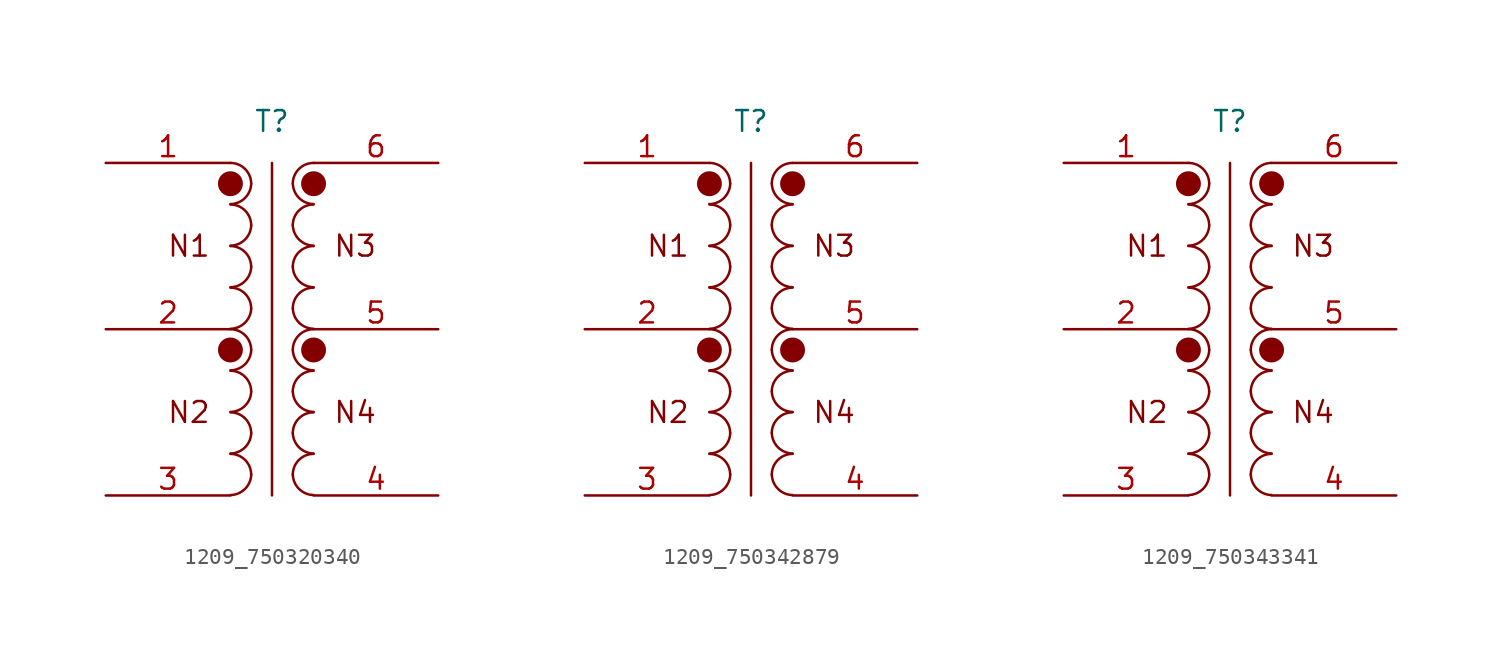
<source format=kicad_sym>
(kicad_symbol_lib
  (version 20220914)
  (generator kicad_symbol_editor)
  (symbol "1209_750320340"
    (pin_names hide)
    (property "Reference" "T"
      (at 0 12.7 0)
      (effects (font (size 1.27 1.27))))
    (property "Critical Parameter" ""
      (at 0 -5.08 0)
      (effects (font (size 1.27 1.27)) (justify left)))
    (symbol "1209_750320340_0_1"
      (arc (start -2.54 -10.1346) (mid -1.6561 -9.7663) (end -1.27 -8.89) (stroke (width 0) (type default)) (fill (type none)))
      (arc (start -2.54 -7.5946) (mid -1.6561 -7.2263) (end -1.27 -6.35) (stroke (width 0) (type default)) (fill (type none)))
      (arc (start -2.54 -5.0546) (mid -1.6561 -4.6863) (end -1.27 -3.81) (stroke (width 0) (type default)) (fill (type none)))
      (arc (start -2.54 -2.5146) (mid -1.6561 -2.1463) (end -1.27 -1.27) (stroke (width 0) (type default)) (fill (type none)))
      (arc (start -2.54 0.0254) (mid -1.6561 0.3937) (end -1.27 1.27) (stroke (width 0) (type default)) (fill (type none)))
      (arc (start -2.54 2.5654) (mid -1.6561 2.9337) (end -1.27 3.81) (stroke (width 0) (type default)) (fill (type none)))
      (arc (start -2.54 5.1054) (mid -1.6561 5.4737) (end -1.27 6.35) (stroke (width 0) (type default)) (fill (type none)))
      (arc (start -2.54 7.6454) (mid -1.6561 8.0137) (end -1.27 8.89) (stroke (width 0) (type default)) (fill (type none)))
      (arc (start -1.27 -8.89) (mid -1.642 -7.992) (end -2.54 -7.62) (stroke (width 0) (type default)) (fill (type none)))
      (arc (start -1.27 -6.35) (mid -1.642 -5.452) (end -2.54 -5.08) (stroke (width 0) (type default)) (fill (type none)))
      (arc (start -1.27 -3.81) (mid -1.642 -2.912) (end -2.54 -2.54) (stroke (width 0) (type default)) (fill (type none)))
      (arc (start -1.27 -1.27) (mid -1.642 -0.372) (end -2.54 0) (stroke (width 0) (type default)) (fill (type none)))
      (arc (start -1.27 1.27) (mid -1.642 2.168) (end -2.54 2.54) (stroke (width 0) (type default)) (fill (type none)))
      (arc (start -1.27 3.81) (mid -1.642 4.708) (end -2.54 5.08) (stroke (width 0) (type default)) (fill (type none)))
      (arc (start -1.27 6.35) (mid -1.642 7.248) (end -2.54 7.62) (stroke (width 0) (type default)) (fill (type none)))
      (arc (start -1.27 8.89) (mid -1.642 9.788) (end -2.54 10.16) (stroke (width 0) (type default)) (fill (type none)))
      (polyline (pts (xy 0 -10.16) (xy 0 10.16)) (stroke (width 0) (type default)) (fill (type none)))
      (arc (start 1.27 -8.89) (mid 1.6561 -9.7663) (end 2.54 -10.1346) (stroke (width 0) (type default)) (fill (type none)))
      (arc (start 1.27 -6.35) (mid 1.6561 -7.2263) (end 2.54 -7.5946) (stroke (width 0) (type default)) (fill (type none)))
      (arc (start 1.27 -3.81) (mid 1.6561 -4.6863) (end 2.54 -5.0546) (stroke (width 0) (type default)) (fill (type none)))
      (arc (start 1.27 -1.27) (mid 1.6561 -2.1463) (end 2.54 -2.5146) (stroke (width 0) (type default)) (fill (type none)))
      (arc (start 1.27 1.27) (mid 1.6561 0.3937) (end 2.54 0.0254) (stroke (width 0) (type default)) (fill (type none)))
      (arc (start 1.27 3.81) (mid 1.6561 2.9337) (end 2.54 2.5654) (stroke (width 0) (type default)) (fill (type none)))
      (arc (start 1.27 6.35) (mid 1.6561 5.4737) (end 2.54 5.1054) (stroke (width 0) (type default)) (fill (type none)))
      (arc (start 1.27 8.89) (mid 1.6561 8.0137) (end 2.54 7.6454) (stroke (width 0) (type default)) (fill (type none)))
      (arc (start 2.54 -7.62) (mid 1.642 -7.992) (end 1.27 -8.89) (stroke (width 0) (type default)) (fill (type none)))
      (arc (start 2.54 -5.08) (mid 1.642 -5.452) (end 1.27 -6.35) (stroke (width 0) (type default)) (fill (type none)))
      (arc (start 2.54 -2.54) (mid 1.642 -2.912) (end 1.27 -3.81) (stroke (width 0) (type default)) (fill (type none)))
      (arc (start 2.54 0) (mid 1.642 -0.372) (end 1.27 -1.27) (stroke (width 0) (type default)) (fill (type none)))
      (arc (start 2.54 2.54) (mid 1.642 2.168) (end 1.27 1.27) (stroke (width 0) (type default)) (fill (type none)))
      (arc (start 2.54 5.08) (mid 1.642 4.708) (end 1.27 3.81) (stroke (width 0) (type default)) (fill (type none)))
      (arc (start 2.54 7.62) (mid 1.642 7.248) (end 1.27 6.35) (stroke (width 0) (type default)) (fill (type none)))
      (arc (start 2.54 10.16) (mid 1.642 9.788) (end 1.27 8.89) (stroke (width 0) (type default)) (fill (type none))))
    (symbol "1209_750320340_1_1"
      (circle (center -2.54 -1.27) (radius 0.0001) (stroke (width 0.762) (type default)) (fill (type none)))
      (circle (center -2.54 8.89) (radius 0.0001) (stroke (width 0.762) (type default)) (fill (type none)))
      (circle (center 2.54 -1.27) (radius 0.0001) (stroke (width 0.762) (type default)) (fill (type none)))
      (circle (center 2.54 8.89) (radius 0.0001) (stroke (width 0.762) (type default)) (fill (type none)))
      (text "N1" (at -5.08 5.08 0) (effects (font (size 1.27 1.27))))
      (text "N2" (at -5.08 -5.08 0) (effects (font (size 1.27 1.27))))
      (text "N3" (at 5.08 5.08 0) (effects (font (size 1.27 1.27))))
      (text "N4" (at 5.08 -5.08 0) (effects (font (size 1.27 1.27))))
      (pin passive line (at -10.16 10.16 0) (length 7.62) (name "1" (effects (font (size 1.27 1.27)))) (number "1" (effects (font (size 1.27 1.27)))))
      (pin passive line (at -10.16 0 0) (length 7.62) (name "2" (effects (font (size 1.27 1.27)))) (number "2" (effects (font (size 1.27 1.27)))))
      (pin passive line (at -10.16 -10.16 0) (length 7.62) (name "3" (effects (font (size 1.27 1.27)))) (number "3" (effects (font (size 1.27 1.27)))))
      (pin passive line (at 10.16 -10.16 180) (length 7.62) (name "4" (effects (font (size 1.27 1.27)))) (number "4" (effects (font (size 1.27 1.27)))))
      (pin passive line (at 10.16 0 180) (length 7.62) (name "5" (effects (font (size 1.27 1.27)))) (number "5" (effects (font (size 1.27 1.27)))))
      (pin passive line (at 10.16 10.16 180) (length 7.62) (name "6" (effects (font (size 1.27 1.27)))) (number "6" (effects (font (size 1.27 1.27)))))))
  (symbol "1209_750342879"
    (pin_names hide)
    (property "Reference" "T"
      (at 0 12.7 0)
      (effects (font (size 1.27 1.27))))
    (property "Critical Parameter" ""
      (at 0 -5.08 0)
      (effects (font (size 1.27 1.27)) (justify left)))
    (symbol "1209_750342879_0_1"
      (arc (start -2.54 -10.1346) (mid -1.6561 -9.7663) (end -1.27 -8.89) (stroke (width 0) (type default)) (fill (type none)))
      (arc (start -2.54 -7.5946) (mid -1.6561 -7.2263) (end -1.27 -6.35) (stroke (width 0) (type default)) (fill (type none)))
      (arc (start -2.54 -5.0546) (mid -1.6561 -4.6863) (end -1.27 -3.81) (stroke (width 0) (type default)) (fill (type none)))
      (arc (start -2.54 -2.5146) (mid -1.6561 -2.1463) (end -1.27 -1.27) (stroke (width 0) (type default)) (fill (type none)))
      (arc (start -2.54 0.0254) (mid -1.6561 0.3937) (end -1.27 1.27) (stroke (width 0) (type default)) (fill (type none)))
      (arc (start -2.54 2.5654) (mid -1.6561 2.9337) (end -1.27 3.81) (stroke (width 0) (type default)) (fill (type none)))
      (arc (start -2.54 5.1054) (mid -1.6561 5.4737) (end -1.27 6.35) (stroke (width 0) (type default)) (fill (type none)))
      (arc (start -2.54 7.6454) (mid -1.6561 8.0137) (end -1.27 8.89) (stroke (width 0) (type default)) (fill (type none)))
      (arc (start -1.27 -8.89) (mid -1.642 -7.992) (end -2.54 -7.62) (stroke (width 0) (type default)) (fill (type none)))
      (arc (start -1.27 -6.35) (mid -1.642 -5.452) (end -2.54 -5.08) (stroke (width 0) (type default)) (fill (type none)))
      (arc (start -1.27 -3.81) (mid -1.642 -2.912) (end -2.54 -2.54) (stroke (width 0) (type default)) (fill (type none)))
      (arc (start -1.27 -1.27) (mid -1.642 -0.372) (end -2.54 0) (stroke (width 0) (type default)) (fill (type none)))
      (arc (start -1.27 1.27) (mid -1.642 2.168) (end -2.54 2.54) (stroke (width 0) (type default)) (fill (type none)))
      (arc (start -1.27 3.81) (mid -1.642 4.708) (end -2.54 5.08) (stroke (width 0) (type default)) (fill (type none)))
      (arc (start -1.27 6.35) (mid -1.642 7.248) (end -2.54 7.62) (stroke (width 0) (type default)) (fill (type none)))
      (arc (start -1.27 8.89) (mid -1.642 9.788) (end -2.54 10.16) (stroke (width 0) (type default)) (fill (type none)))
      (polyline (pts (xy 0 -10.16) (xy 0 10.16)) (stroke (width 0) (type default)) (fill (type none)))
      (arc (start 1.27 -8.89) (mid 1.6561 -9.7663) (end 2.54 -10.1346) (stroke (width 0) (type default)) (fill (type none)))
      (arc (start 1.27 -6.35) (mid 1.6561 -7.2263) (end 2.54 -7.5946) (stroke (width 0) (type default)) (fill (type none)))
      (arc (start 1.27 -3.81) (mid 1.6561 -4.6863) (end 2.54 -5.0546) (stroke (width 0) (type default)) (fill (type none)))
      (arc (start 1.27 -1.27) (mid 1.6561 -2.1463) (end 2.54 -2.5146) (stroke (width 0) (type default)) (fill (type none)))
      (arc (start 1.27 1.27) (mid 1.6561 0.3937) (end 2.54 0.0254) (stroke (width 0) (type default)) (fill (type none)))
      (arc (start 1.27 3.81) (mid 1.6561 2.9337) (end 2.54 2.5654) (stroke (width 0) (type default)) (fill (type none)))
      (arc (start 1.27 6.35) (mid 1.6561 5.4737) (end 2.54 5.1054) (stroke (width 0) (type default)) (fill (type none)))
      (arc (start 1.27 8.89) (mid 1.6561 8.0137) (end 2.54 7.6454) (stroke (width 0) (type default)) (fill (type none)))
      (arc (start 2.54 -7.62) (mid 1.642 -7.992) (end 1.27 -8.89) (stroke (width 0) (type default)) (fill (type none)))
      (arc (start 2.54 -5.08) (mid 1.642 -5.452) (end 1.27 -6.35) (stroke (width 0) (type default)) (fill (type none)))
      (arc (start 2.54 -2.54) (mid 1.642 -2.912) (end 1.27 -3.81) (stroke (width 0) (type default)) (fill (type none)))
      (arc (start 2.54 0) (mid 1.642 -0.372) (end 1.27 -1.27) (stroke (width 0) (type default)) (fill (type none)))
      (arc (start 2.54 2.54) (mid 1.642 2.168) (end 1.27 1.27) (stroke (width 0) (type default)) (fill (type none)))
      (arc (start 2.54 5.08) (mid 1.642 4.708) (end 1.27 3.81) (stroke (width 0) (type default)) (fill (type none)))
      (arc (start 2.54 7.62) (mid 1.642 7.248) (end 1.27 6.35) (stroke (width 0) (type default)) (fill (type none)))
      (arc (start 2.54 10.16) (mid 1.642 9.788) (end 1.27 8.89) (stroke (width 0) (type default)) (fill (type none))))
    (symbol "1209_750342879_1_1"
      (circle (center -2.54 -1.27) (radius 0.0001) (stroke (width 0.762) (type default)) (fill (type none)))
      (circle (center -2.54 8.89) (radius 0.0001) (stroke (width 0.762) (type default)) (fill (type none)))
      (circle (center 2.54 -1.27) (radius 0.0001) (stroke (width 0.762) (type default)) (fill (type none)))
      (circle (center 2.54 8.89) (radius 0.0001) (stroke (width 0.762) (type default)) (fill (type none)))
      (text "N1" (at -5.08 5.08 0) (effects (font (size 1.27 1.27))))
      (text "N2" (at -5.08 -5.08 0) (effects (font (size 1.27 1.27))))
      (text "N3" (at 5.08 5.08 0) (effects (font (size 1.27 1.27))))
      (text "N4" (at 5.08 -5.08 0) (effects (font (size 1.27 1.27))))
      (pin passive line (at -10.16 10.16 0) (length 7.62) (name "1" (effects (font (size 1.27 1.27)))) (number "1" (effects (font (size 1.27 1.27)))))
      (pin passive line (at -10.16 0 0) (length 7.62) (name "2" (effects (font (size 1.27 1.27)))) (number "2" (effects (font (size 1.27 1.27)))))
      (pin passive line (at -10.16 -10.16 0) (length 7.62) (name "3" (effects (font (size 1.27 1.27)))) (number "3" (effects (font (size 1.27 1.27)))))
      (pin passive line (at 10.16 -10.16 180) (length 7.62) (name "4" (effects (font (size 1.27 1.27)))) (number "4" (effects (font (size 1.27 1.27)))))
      (pin passive line (at 10.16 0 180) (length 7.62) (name "5" (effects (font (size 1.27 1.27)))) (number "5" (effects (font (size 1.27 1.27)))))
      (pin passive line (at 10.16 10.16 180) (length 7.62) (name "6" (effects (font (size 1.27 1.27)))) (number "6" (effects (font (size 1.27 1.27)))))))
  (symbol "1209_750343341"
    (pin_names hide)
    (property "Reference" "T"
      (at 0 12.7 0)
      (effects (font (size 1.27 1.27))))
    (property "Critical Parameter" ""
      (at 0 -5.08 0)
      (effects (font (size 1.27 1.27)) (justify left)))
    (symbol "1209_750343341_0_1"
      (arc (start -2.54 -10.1346) (mid -1.6561 -9.7663) (end -1.27 -8.89) (stroke (width 0) (type default)) (fill (type none)))
      (arc (start -2.54 -7.5946) (mid -1.6561 -7.2263) (end -1.27 -6.35) (stroke (width 0) (type default)) (fill (type none)))
      (arc (start -2.54 -5.0546) (mid -1.6561 -4.6863) (end -1.27 -3.81) (stroke (width 0) (type default)) (fill (type none)))
      (arc (start -2.54 -2.5146) (mid -1.6561 -2.1463) (end -1.27 -1.27) (stroke (width 0) (type default)) (fill (type none)))
      (arc (start -2.54 0.0254) (mid -1.6561 0.3937) (end -1.27 1.27) (stroke (width 0) (type default)) (fill (type none)))
      (arc (start -2.54 2.5654) (mid -1.6561 2.9337) (end -1.27 3.81) (stroke (width 0) (type default)) (fill (type none)))
      (arc (start -2.54 5.1054) (mid -1.6561 5.4737) (end -1.27 6.35) (stroke (width 0) (type default)) (fill (type none)))
      (arc (start -2.54 7.6454) (mid -1.6561 8.0137) (end -1.27 8.89) (stroke (width 0) (type default)) (fill (type none)))
      (arc (start -1.27 -8.89) (mid -1.642 -7.992) (end -2.54 -7.62) (stroke (width 0) (type default)) (fill (type none)))
      (arc (start -1.27 -6.35) (mid -1.642 -5.452) (end -2.54 -5.08) (stroke (width 0) (type default)) (fill (type none)))
      (arc (start -1.27 -3.81) (mid -1.642 -2.912) (end -2.54 -2.54) (stroke (width 0) (type default)) (fill (type none)))
      (arc (start -1.27 -1.27) (mid -1.642 -0.372) (end -2.54 0) (stroke (width 0) (type default)) (fill (type none)))
      (arc (start -1.27 1.27) (mid -1.642 2.168) (end -2.54 2.54) (stroke (width 0) (type default)) (fill (type none)))
      (arc (start -1.27 3.81) (mid -1.642 4.708) (end -2.54 5.08) (stroke (width 0) (type default)) (fill (type none)))
      (arc (start -1.27 6.35) (mid -1.642 7.248) (end -2.54 7.62) (stroke (width 0) (type default)) (fill (type none)))
      (arc (start -1.27 8.89) (mid -1.642 9.788) (end -2.54 10.16) (stroke (width 0) (type default)) (fill (type none)))
      (polyline (pts (xy 0 -10.16) (xy 0 10.16)) (stroke (width 0) (type default)) (fill (type none)))
      (arc (start 1.27 -8.89) (mid 1.6561 -9.7663) (end 2.54 -10.1346) (stroke (width 0) (type default)) (fill (type none)))
      (arc (start 1.27 -6.35) (mid 1.6561 -7.2263) (end 2.54 -7.5946) (stroke (width 0) (type default)) (fill (type none)))
      (arc (start 1.27 -3.81) (mid 1.6561 -4.6863) (end 2.54 -5.0546) (stroke (width 0) (type default)) (fill (type none)))
      (arc (start 1.27 -1.27) (mid 1.6561 -2.1463) (end 2.54 -2.5146) (stroke (width 0) (type default)) (fill (type none)))
      (arc (start 1.27 1.27) (mid 1.6561 0.3937) (end 2.54 0.0254) (stroke (width 0) (type default)) (fill (type none)))
      (arc (start 1.27 3.81) (mid 1.6561 2.9337) (end 2.54 2.5654) (stroke (width 0) (type default)) (fill (type none)))
      (arc (start 1.27 6.35) (mid 1.6561 5.4737) (end 2.54 5.1054) (stroke (width 0) (type default)) (fill (type none)))
      (arc (start 1.27 8.89) (mid 1.6561 8.0137) (end 2.54 7.6454) (stroke (width 0) (type default)) (fill (type none)))
      (arc (start 2.54 -7.62) (mid 1.642 -7.992) (end 1.27 -8.89) (stroke (width 0) (type default)) (fill (type none)))
      (arc (start 2.54 -5.08) (mid 1.642 -5.452) (end 1.27 -6.35) (stroke (width 0) (type default)) (fill (type none)))
      (arc (start 2.54 -2.54) (mid 1.642 -2.912) (end 1.27 -3.81) (stroke (width 0) (type default)) (fill (type none)))
      (arc (start 2.54 0) (mid 1.642 -0.372) (end 1.27 -1.27) (stroke (width 0) (type default)) (fill (type none)))
      (arc (start 2.54 2.54) (mid 1.642 2.168) (end 1.27 1.27) (stroke (width 0) (type default)) (fill (type none)))
      (arc (start 2.54 5.08) (mid 1.642 4.708) (end 1.27 3.81) (stroke (width 0) (type default)) (fill (type none)))
      (arc (start 2.54 7.62) (mid 1.642 7.248) (end 1.27 6.35) (stroke (width 0) (type default)) (fill (type none)))
      (arc (start 2.54 10.16) (mid 1.642 9.788) (end 1.27 8.89) (stroke (width 0) (type default)) (fill (type none))))
    (symbol "1209_750343341_1_1"
      (circle (center -2.54 -1.27) (radius 0.0001) (stroke (width 0.762) (type default)) (fill (type none)))
      (circle (center -2.54 8.89) (radius 0.0001) (stroke (width 0.762) (type default)) (fill (type none)))
      (circle (center 2.54 -1.27) (radius 0.0001) (stroke (width 0.762) (type default)) (fill (type none)))
      (circle (center 2.54 8.89) (radius 0.0001) (stroke (width 0.762) (type default)) (fill (type none)))
      (text "N1" (at -5.08 5.08 0) (effects (font (size 1.27 1.27))))
      (text "N2" (at -5.08 -5.08 0) (effects (font (size 1.27 1.27))))
      (text "N3" (at 5.08 5.08 0) (effects (font (size 1.27 1.27))))
      (text "N4" (at 5.08 -5.08 0) (effects (font (size 1.27 1.27))))
      (pin passive line (at -10.16 10.16 0) (length 7.62) (name "1" (effects (font (size 1.27 1.27)))) (number "1" (effects (font (size 1.27 1.27)))))
      (pin passive line (at -10.16 0 0) (length 7.62) (name "2" (effects (font (size 1.27 1.27)))) (number "2" (effects (font (size 1.27 1.27)))))
      (pin passive line (at -10.16 -10.16 0) (length 7.62) (name "3" (effects (font (size 1.27 1.27)))) (number "3" (effects (font (size 1.27 1.27)))))
      (pin passive line (at 10.16 -10.16 180) (length 7.62) (name "4" (effects (font (size 1.27 1.27)))) (number "4" (effects (font (size 1.27 1.27)))))
      (pin passive line (at 10.16 0 180) (length 7.62) (name "5" (effects (font (size 1.27 1.27)))) (number "5" (effects (font (size 1.27 1.27)))))
      (pin passive line (at 10.16 10.16 180) (length 7.62) (name "6" (effects (font (size 1.27 1.27)))) (number "6" (effects (font (size 1.27 1.27))))))))
</source>
